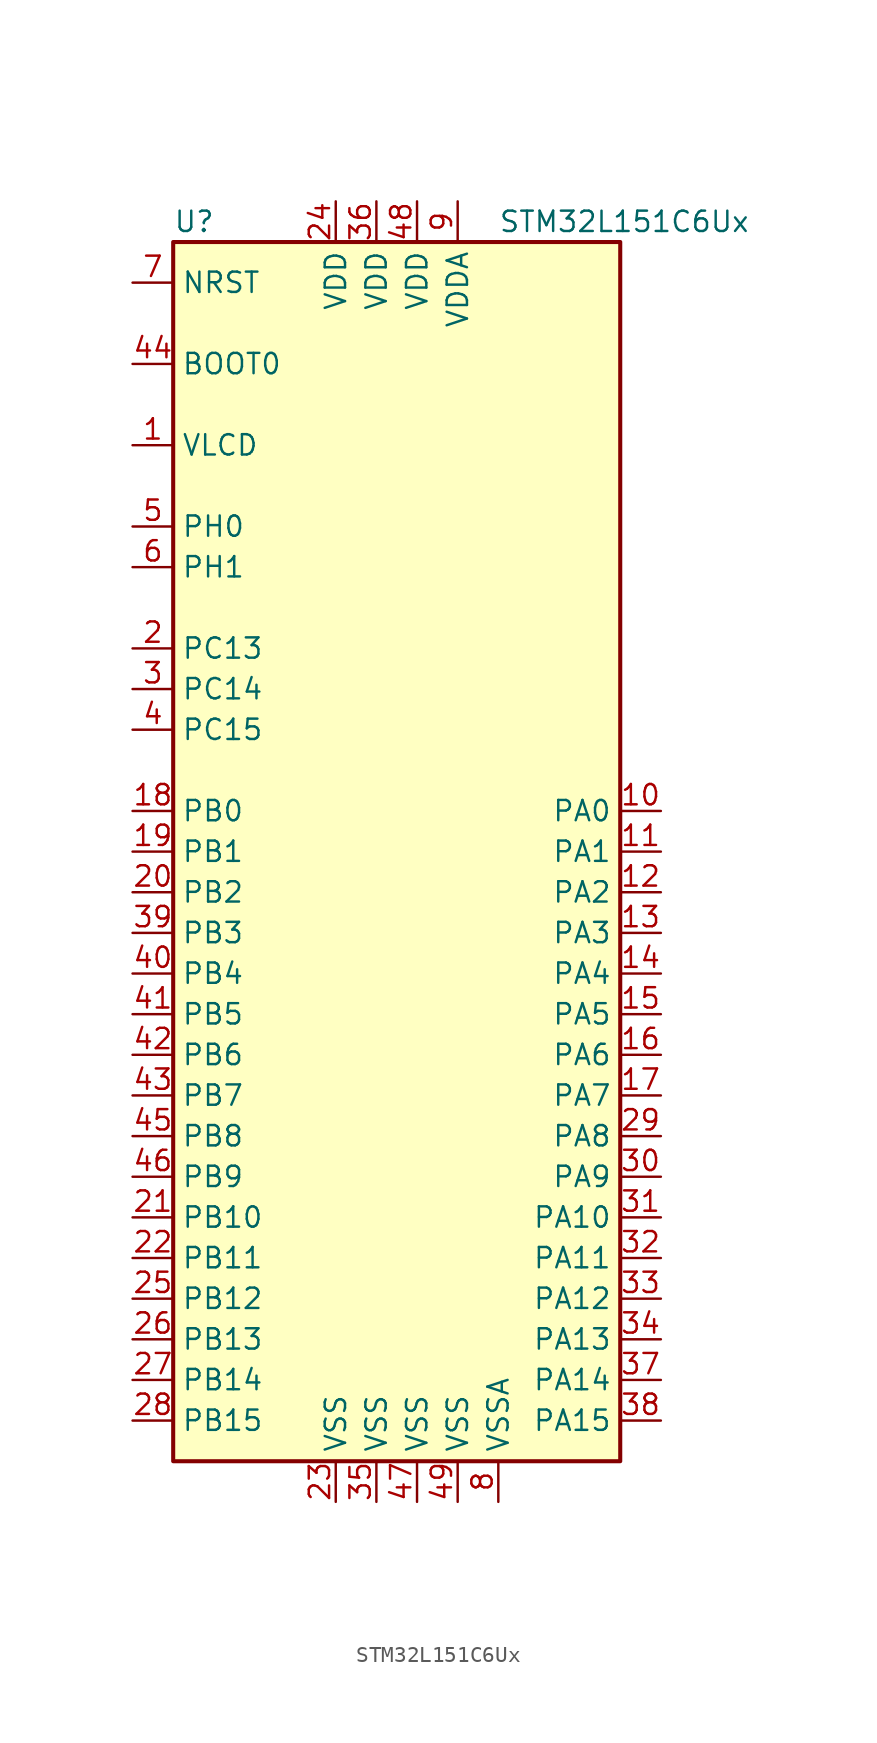
<source format=kicad_sym>
(kicad_symbol_lib
  (version 20201005)
  (generator kicad_symbol_editor)
  (symbol "STM32L151C6Ux"
    (property "Reference" "U"
      (at -15.24 39.37 0)
      (effects (font (size 1.27 1.27)) (justify left)))
    (property "Value" "STM32L151C6Ux"
      (at 5.08 39.37 0)
      (effects (font (size 1.27 1.27)) (justify left)))
    (symbol "STM32L151C6Ux_0_1"
      (rectangle (start -15.24 -38.1) (end 12.7 38.1) (stroke (width 0.254)) (fill (type background))))
    (symbol "STM32L151C6Ux_1_1"
      (pin input line (at -17.78 30.48 0) (length 2.54) (name "BOOT0" (effects (font (size 1.27 1.27)))) (number "44" (effects (font (size 1.27 1.27)))))
      (pin input line (at -17.78 35.56 0) (length 2.54) (name "NRST" (effects (font (size 1.27 1.27)))) (number "7" (effects (font (size 1.27 1.27)))))
      (pin bidirectional line (at 15.24 2.54 180) (length 2.54) (name "PA0" (effects (font (size 1.27 1.27)))) (number "10" (effects (font (size 1.27 1.27)))))
      (pin bidirectional line (at 15.24 0 180) (length 2.54) (name "PA1" (effects (font (size 1.27 1.27)))) (number "11" (effects (font (size 1.27 1.27)))))
      (pin bidirectional line (at 15.24 -22.86 180) (length 2.54) (name "PA10" (effects (font (size 1.27 1.27)))) (number "31" (effects (font (size 1.27 1.27)))))
      (pin bidirectional line (at 15.24 -25.4 180) (length 2.54) (name "PA11" (effects (font (size 1.27 1.27)))) (number "32" (effects (font (size 1.27 1.27)))))
      (pin bidirectional line (at 15.24 -27.94 180) (length 2.54) (name "PA12" (effects (font (size 1.27 1.27)))) (number "33" (effects (font (size 1.27 1.27)))))
      (pin bidirectional line (at 15.24 -30.48 180) (length 2.54) (name "PA13" (effects (font (size 1.27 1.27)))) (number "34" (effects (font (size 1.27 1.27)))))
      (pin bidirectional line (at 15.24 -33.02 180) (length 2.54) (name "PA14" (effects (font (size 1.27 1.27)))) (number "37" (effects (font (size 1.27 1.27)))))
      (pin bidirectional line (at 15.24 -35.56 180) (length 2.54) (name "PA15" (effects (font (size 1.27 1.27)))) (number "38" (effects (font (size 1.27 1.27)))))
      (pin bidirectional line (at 15.24 -2.54 180) (length 2.54) (name "PA2" (effects (font (size 1.27 1.27)))) (number "12" (effects (font (size 1.27 1.27)))))
      (pin bidirectional line (at 15.24 -5.08 180) (length 2.54) (name "PA3" (effects (font (size 1.27 1.27)))) (number "13" (effects (font (size 1.27 1.27)))))
      (pin bidirectional line (at 15.24 -7.62 180) (length 2.54) (name "PA4" (effects (font (size 1.27 1.27)))) (number "14" (effects (font (size 1.27 1.27)))))
      (pin bidirectional line (at 15.24 -10.16 180) (length 2.54) (name "PA5" (effects (font (size 1.27 1.27)))) (number "15" (effects (font (size 1.27 1.27)))))
      (pin bidirectional line (at 15.24 -12.7 180) (length 2.54) (name "PA6" (effects (font (size 1.27 1.27)))) (number "16" (effects (font (size 1.27 1.27)))))
      (pin bidirectional line (at 15.24 -15.24 180) (length 2.54) (name "PA7" (effects (font (size 1.27 1.27)))) (number "17" (effects (font (size 1.27 1.27)))))
      (pin bidirectional line (at 15.24 -17.78 180) (length 2.54) (name "PA8" (effects (font (size 1.27 1.27)))) (number "29" (effects (font (size 1.27 1.27)))))
      (pin bidirectional line (at 15.24 -20.32 180) (length 2.54) (name "PA9" (effects (font (size 1.27 1.27)))) (number "30" (effects (font (size 1.27 1.27)))))
      (pin bidirectional line (at -17.78 2.54 0) (length 2.54) (name "PB0" (effects (font (size 1.27 1.27)))) (number "18" (effects (font (size 1.27 1.27)))))
      (pin bidirectional line (at -17.78 0 0) (length 2.54) (name "PB1" (effects (font (size 1.27 1.27)))) (number "19" (effects (font (size 1.27 1.27)))))
      (pin bidirectional line (at -17.78 -22.86 0) (length 2.54) (name "PB10" (effects (font (size 1.27 1.27)))) (number "21" (effects (font (size 1.27 1.27)))))
      (pin bidirectional line (at -17.78 -25.4 0) (length 2.54) (name "PB11" (effects (font (size 1.27 1.27)))) (number "22" (effects (font (size 1.27 1.27)))))
      (pin bidirectional line (at -17.78 -27.94 0) (length 2.54) (name "PB12" (effects (font (size 1.27 1.27)))) (number "25" (effects (font (size 1.27 1.27)))))
      (pin bidirectional line (at -17.78 -30.48 0) (length 2.54) (name "PB13" (effects (font (size 1.27 1.27)))) (number "26" (effects (font (size 1.27 1.27)))))
      (pin bidirectional line (at -17.78 -33.02 0) (length 2.54) (name "PB14" (effects (font (size 1.27 1.27)))) (number "27" (effects (font (size 1.27 1.27)))))
      (pin bidirectional line (at -17.78 -35.56 0) (length 2.54) (name "PB15" (effects (font (size 1.27 1.27)))) (number "28" (effects (font (size 1.27 1.27)))))
      (pin bidirectional line (at -17.78 -2.54 0) (length 2.54) (name "PB2" (effects (font (size 1.27 1.27)))) (number "20" (effects (font (size 1.27 1.27)))))
      (pin bidirectional line (at -17.78 -5.08 0) (length 2.54) (name "PB3" (effects (font (size 1.27 1.27)))) (number "39" (effects (font (size 1.27 1.27)))))
      (pin bidirectional line (at -17.78 -7.62 0) (length 2.54) (name "PB4" (effects (font (size 1.27 1.27)))) (number "40" (effects (font (size 1.27 1.27)))))
      (pin bidirectional line (at -17.78 -10.16 0) (length 2.54) (name "PB5" (effects (font (size 1.27 1.27)))) (number "41" (effects (font (size 1.27 1.27)))))
      (pin bidirectional line (at -17.78 -12.7 0) (length 2.54) (name "PB6" (effects (font (size 1.27 1.27)))) (number "42" (effects (font (size 1.27 1.27)))))
      (pin bidirectional line (at -17.78 -15.24 0) (length 2.54) (name "PB7" (effects (font (size 1.27 1.27)))) (number "43" (effects (font (size 1.27 1.27)))))
      (pin bidirectional line (at -17.78 -17.78 0) (length 2.54) (name "PB8" (effects (font (size 1.27 1.27)))) (number "45" (effects (font (size 1.27 1.27)))))
      (pin bidirectional line (at -17.78 -20.32 0) (length 2.54) (name "PB9" (effects (font (size 1.27 1.27)))) (number "46" (effects (font (size 1.27 1.27)))))
      (pin bidirectional line (at -17.78 12.7 0) (length 2.54) (name "PC13" (effects (font (size 1.27 1.27)))) (number "2" (effects (font (size 1.27 1.27)))))
      (pin bidirectional line (at -17.78 10.16 0) (length 2.54) (name "PC14" (effects (font (size 1.27 1.27)))) (number "3" (effects (font (size 1.27 1.27)))))
      (pin bidirectional line (at -17.78 7.62 0) (length 2.54) (name "PC15" (effects (font (size 1.27 1.27)))) (number "4" (effects (font (size 1.27 1.27)))))
      (pin input line (at -17.78 20.32 0) (length 2.54) (name "PH0" (effects (font (size 1.27 1.27)))) (number "5" (effects (font (size 1.27 1.27)))))
      (pin input line (at -17.78 17.78 0) (length 2.54) (name "PH1" (effects (font (size 1.27 1.27)))) (number "6" (effects (font (size 1.27 1.27)))))
      (pin power_in line (at -5.08 40.64 270) (length 2.54) (name "VDD" (effects (font (size 1.27 1.27)))) (number "24" (effects (font (size 1.27 1.27)))))
      (pin power_in line (at -2.54 40.64 270) (length 2.54) (name "VDD" (effects (font (size 1.27 1.27)))) (number "36" (effects (font (size 1.27 1.27)))))
      (pin power_in line (at 0 40.64 270) (length 2.54) (name "VDD" (effects (font (size 1.27 1.27)))) (number "48" (effects (font (size 1.27 1.27)))))
      (pin power_in line (at 2.54 40.64 270) (length 2.54) (name "VDDA" (effects (font (size 1.27 1.27)))) (number "9" (effects (font (size 1.27 1.27)))))
      (pin power_in line (at -17.78 25.4 0) (length 2.54) (name "VLCD" (effects (font (size 1.27 1.27)))) (number "1" (effects (font (size 1.27 1.27)))))
      (pin power_in line (at -5.08 -40.64 90) (length 2.54) (name "VSS" (effects (font (size 1.27 1.27)))) (number "23" (effects (font (size 1.27 1.27)))))
      (pin power_in line (at -2.54 -40.64 90) (length 2.54) (name "VSS" (effects (font (size 1.27 1.27)))) (number "35" (effects (font (size 1.27 1.27)))))
      (pin power_in line (at 0 -40.64 90) (length 2.54) (name "VSS" (effects (font (size 1.27 1.27)))) (number "47" (effects (font (size 1.27 1.27)))))
      (pin power_in line (at 2.54 -40.64 90) (length 2.54) (name "VSS" (effects (font (size 1.27 1.27)))) (number "49" (effects (font (size 1.27 1.27)))))
      (pin power_in line (at 5.08 -40.64 90) (length 2.54) (name "VSSA" (effects (font (size 1.27 1.27)))) (number "8" (effects (font (size 1.27 1.27))))))))
</source>
